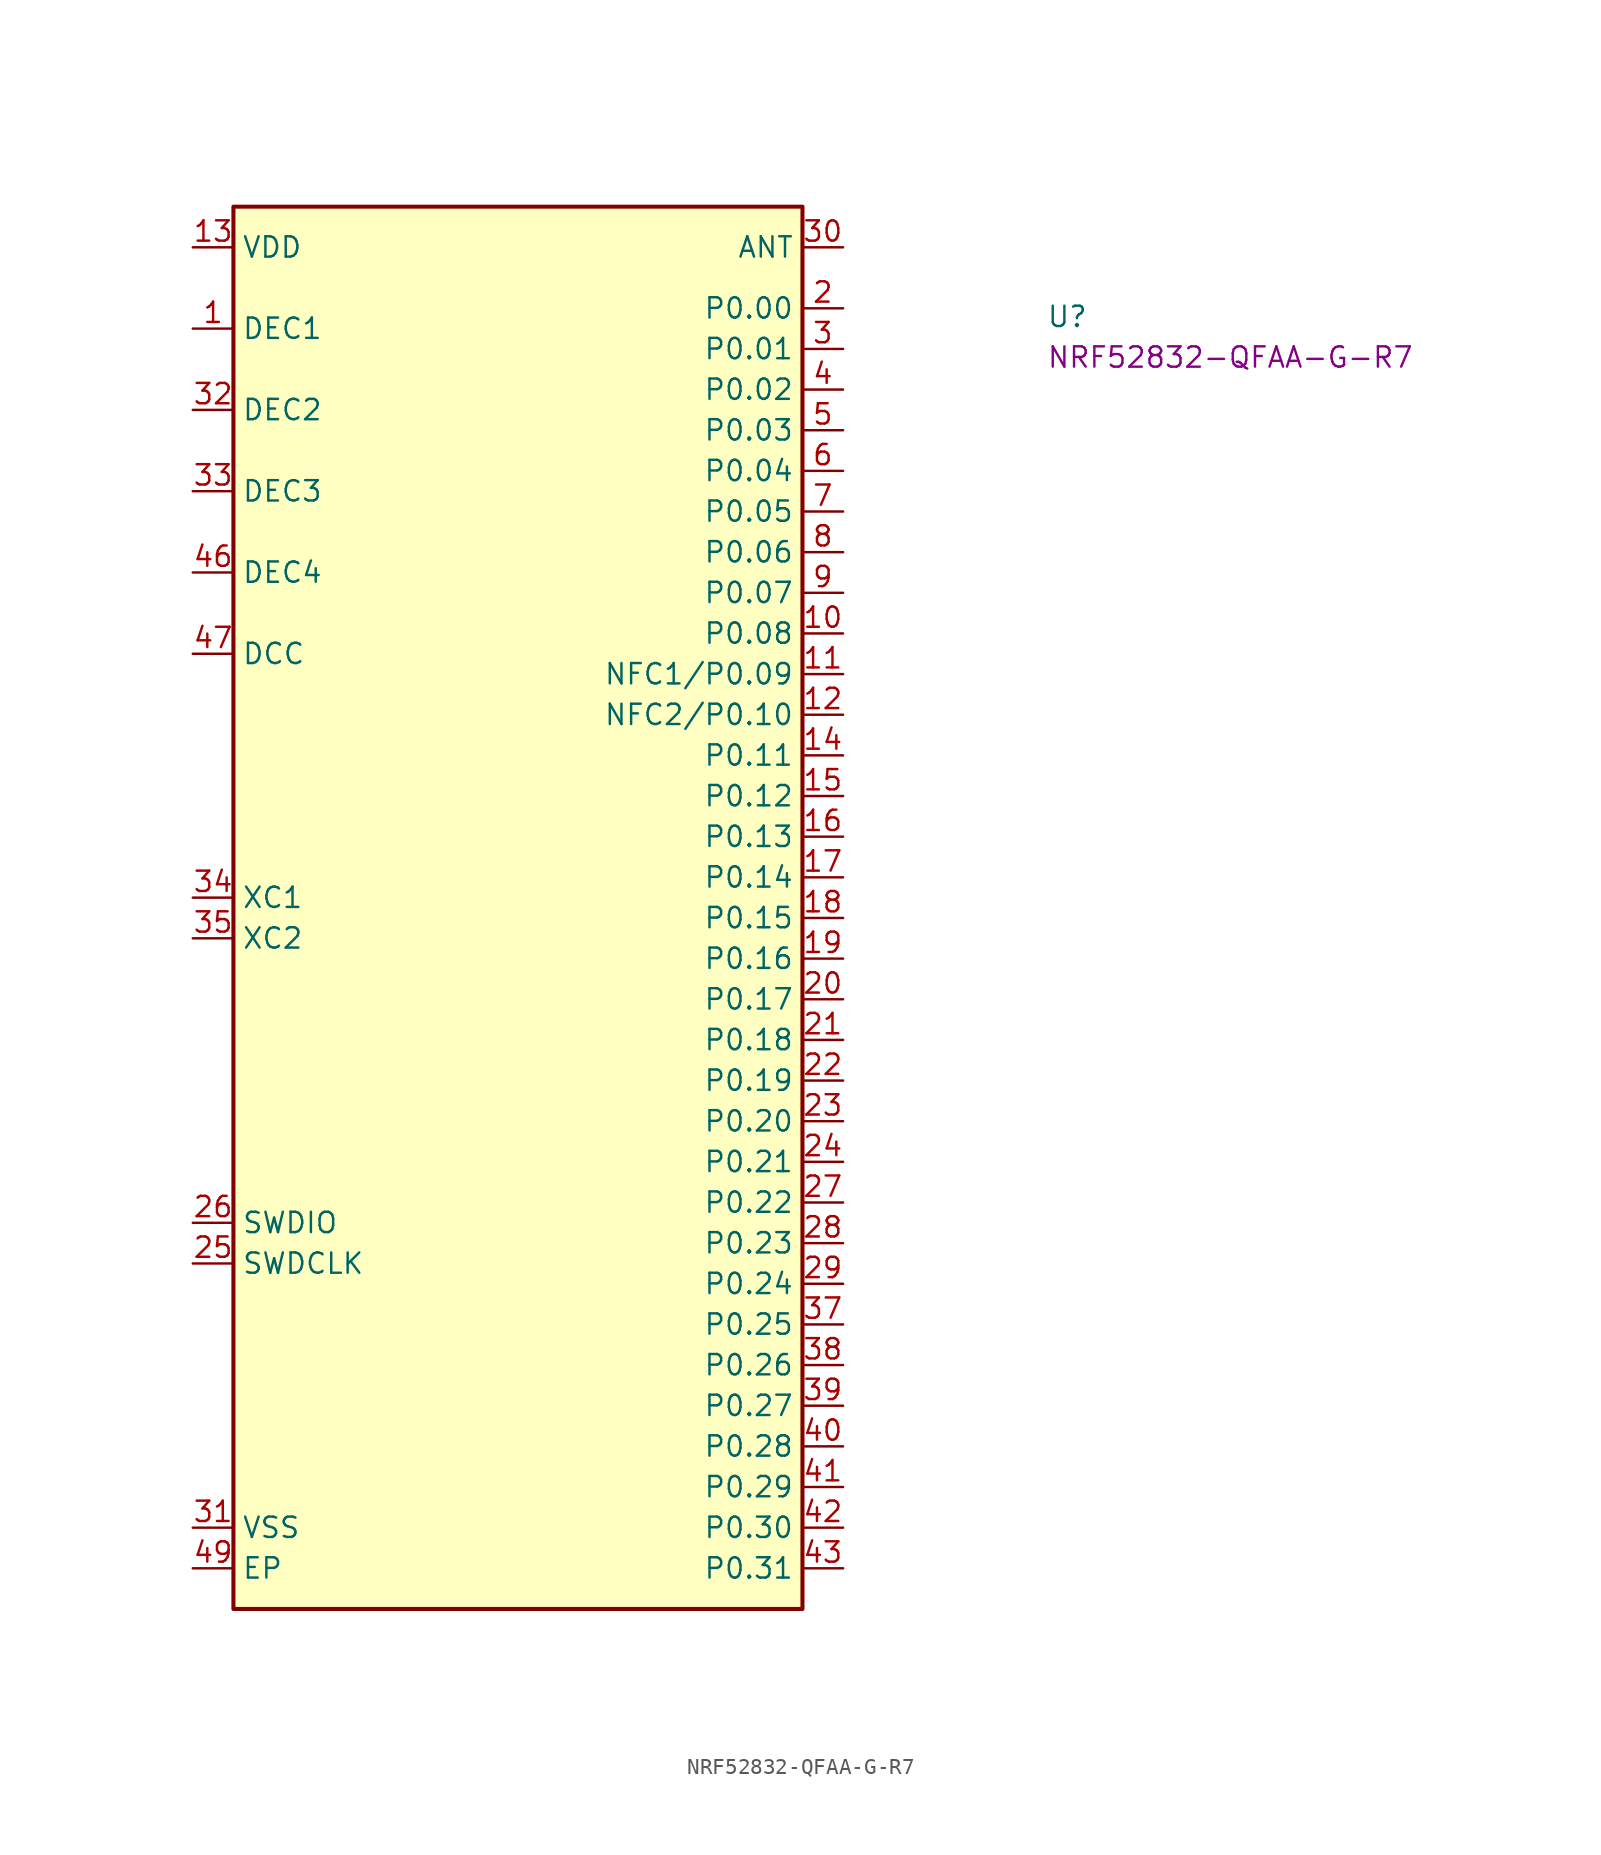
<source format=kicad_sym>
(kicad_symbol_lib
  (version 20231120)
  (generator "kicad_symbol_editor")
  (generator_version "8.0")
  (symbol "NRF52832-QFAA-G-R7"
    (property "Reference" "U"
      (at 53.34 -5.08 0)
      (effects (font (size 1.27 1.27) (thickness 0.15)) (justify left bottom)))
    (property "MPN" "NRF52832-QFAA-G-R7"
      (at 53.34 -7.62 0)
      (effects (font (size 1.27 1.27) (thickness 0.15)) (justify left bottom)))
    (symbol "NRF52832-QFAA-G-R7_1_1"
      (rectangle (start 2.54 2.54) (end 38.1 -85.09) (stroke (width 0.254) (type default)) (fill (type background)))
      (pin passive line (at 0 -5.08 0) (length 2.54) (name "DEC1" (effects (font (size 1.27 1.27)))) (number "1" (effects (font (size 1.27 1.27)))))
      (pin passive line (at 40.64 -24.13 180) (length 2.54) (name "P0.08" (effects (font (size 1.27 1.27)))) (number "10" (effects (font (size 1.27 1.27)))))
      (pin passive line (at 40.64 -26.67 180) (length 2.54) (name "NFC1/P0.09" (effects (font (size 1.27 1.27)))) (number "11" (effects (font (size 1.27 1.27)))) (alternate "P0.09" passive line))
      (pin passive line (at 40.64 -29.21 180) (length 2.54) (name "NFC2/P0.10" (effects (font (size 1.27 1.27)))) (number "12" (effects (font (size 1.27 1.27)))) (alternate "P0.10" passive line))
      (pin power_in line (at 0 0 0) (length 2.54) (name "VDD" (effects (font (size 1.27 1.27)))) (number "13" (effects (font (size 1.27 1.27)))))
      (pin passive line (at 40.64 -31.75 180) (length 2.54) (name "P0.11" (effects (font (size 1.27 1.27)))) (number "14" (effects (font (size 1.27 1.27)))))
      (pin passive line (at 40.64 -34.29 180) (length 2.54) (name "P0.12" (effects (font (size 1.27 1.27)))) (number "15" (effects (font (size 1.27 1.27)))))
      (pin passive line (at 40.64 -36.83 180) (length 2.54) (name "P0.13" (effects (font (size 1.27 1.27)))) (number "16" (effects (font (size 1.27 1.27)))))
      (pin passive line (at 40.64 -39.37 180) (length 2.54) (name "P0.14" (effects (font (size 1.27 1.27)))) (number "17" (effects (font (size 1.27 1.27)))) (alternate "TRACEDATA[3]" passive line))
      (pin passive line (at 40.64 -41.91 180) (length 2.54) (name "P0.15" (effects (font (size 1.27 1.27)))) (number "18" (effects (font (size 1.27 1.27)))) (alternate "TRACEDATA[2]" passive line))
      (pin passive line (at 40.64 -44.45 180) (length 2.54) (name "P0.16" (effects (font (size 1.27 1.27)))) (number "19" (effects (font (size 1.27 1.27)))) (alternate "TRACEDATA[1]" passive line))
      (pin passive line (at 40.64 -3.81 180) (length 2.54) (name "P0.00" (effects (font (size 1.27 1.27)))) (number "2" (effects (font (size 1.27 1.27)))) (alternate "XL1" passive line))
      (pin passive line (at 40.64 -46.99 180) (length 2.54) (name "P0.17" (effects (font (size 1.27 1.27)))) (number "20" (effects (font (size 1.27 1.27)))))
      (pin passive line (at 40.64 -49.53 180) (length 2.54) (name "P0.18" (effects (font (size 1.27 1.27)))) (number "21" (effects (font (size 1.27 1.27)))) (alternate "SWO" passive line) (alternate "TRACEDATA[0]" passive line))
      (pin passive line (at 40.64 -52.07 180) (length 2.54) (name "P0.19" (effects (font (size 1.27 1.27)))) (number "22" (effects (font (size 1.27 1.27)))))
      (pin passive line (at 40.64 -54.61 180) (length 2.54) (name "P0.20" (effects (font (size 1.27 1.27)))) (number "23" (effects (font (size 1.27 1.27)))) (alternate "TRACECLK" passive line))
      (pin passive line (at 40.64 -57.15 180) (length 2.54) (name "P0.21" (effects (font (size 1.27 1.27)))) (number "24" (effects (font (size 1.27 1.27)))) (alternate "NRESET" passive line))
      (pin passive line (at 0 -63.5 0) (length 2.54) (name "SWDCLK" (effects (font (size 1.27 1.27)))) (number "25" (effects (font (size 1.27 1.27)))))
      (pin passive line (at 0 -60.96 0) (length 2.54) (name "SWDIO" (effects (font (size 1.27 1.27)))) (number "26" (effects (font (size 1.27 1.27)))))
      (pin passive line (at 40.64 -59.69 180) (length 2.54) (name "P0.22" (effects (font (size 1.27 1.27)))) (number "27" (effects (font (size 1.27 1.27)))))
      (pin passive line (at 40.64 -62.23 180) (length 2.54) (name "P0.23" (effects (font (size 1.27 1.27)))) (number "28" (effects (font (size 1.27 1.27)))))
      (pin passive line (at 40.64 -64.77 180) (length 2.54) (name "P0.24" (effects (font (size 1.27 1.27)))) (number "29" (effects (font (size 1.27 1.27)))))
      (pin passive line (at 40.64 -6.35 180) (length 2.54) (name "P0.01" (effects (font (size 1.27 1.27)))) (number "3" (effects (font (size 1.27 1.27)))) (alternate "XL2" passive line))
      (pin passive line (at 40.64 0 180) (length 2.54) (name "ANT" (effects (font (size 1.27 1.27)))) (number "30" (effects (font (size 1.27 1.27)))))
      (pin power_in line (at 0 -80.01 0) (length 2.54) (name "VSS" (effects (font (size 1.27 1.27)))) (number "31" (effects (font (size 1.27 1.27)))))
      (pin passive line (at 0 -10.16 0) (length 2.54) (name "DEC2" (effects (font (size 1.27 1.27)))) (number "32" (effects (font (size 1.27 1.27)))))
      (pin passive line (at 0 -15.24 0) (length 2.54) (name "DEC3" (effects (font (size 1.27 1.27)))) (number "33" (effects (font (size 1.27 1.27)))))
      (pin passive line (at 0 -40.64 0) (length 2.54) (name "XC1" (effects (font (size 1.27 1.27)))) (number "34" (effects (font (size 1.27 1.27)))))
      (pin passive line (at 0 -43.18 0) (length 2.54) (name "XC2" (effects (font (size 1.27 1.27)))) (number "35" (effects (font (size 1.27 1.27)))))
      (pin passive line (at 0 0 0) (length 2.54) hide (name "VDD" (effects (font (size 1.27 1.27)))) (number "36" (effects (font (size 1.27 1.27)))))
      (pin passive line (at 40.64 -67.31 180) (length 2.54) (name "P0.25" (effects (font (size 1.27 1.27)))) (number "37" (effects (font (size 1.27 1.27)))))
      (pin passive line (at 40.64 -69.85 180) (length 2.54) (name "P0.26" (effects (font (size 1.27 1.27)))) (number "38" (effects (font (size 1.27 1.27)))))
      (pin passive line (at 40.64 -72.39 180) (length 2.54) (name "P0.27" (effects (font (size 1.27 1.27)))) (number "39" (effects (font (size 1.27 1.27)))))
      (pin passive line (at 40.64 -8.89 180) (length 2.54) (name "P0.02" (effects (font (size 1.27 1.27)))) (number "4" (effects (font (size 1.27 1.27)))) (alternate "AIN0" passive line))
      (pin passive line (at 40.64 -74.93 180) (length 2.54) (name "P0.28" (effects (font (size 1.27 1.27)))) (number "40" (effects (font (size 1.27 1.27)))) (alternate "AIN4" passive line))
      (pin passive line (at 40.64 -77.47 180) (length 2.54) (name "P0.29" (effects (font (size 1.27 1.27)))) (number "41" (effects (font (size 1.27 1.27)))) (alternate "AIN5" passive line))
      (pin passive line (at 40.64 -80.01 180) (length 2.54) (name "P0.30" (effects (font (size 1.27 1.27)))) (number "42" (effects (font (size 1.27 1.27)))) (alternate "AIN6" passive line))
      (pin passive line (at 40.64 -82.55 180) (length 2.54) (name "P0.31" (effects (font (size 1.27 1.27)))) (number "43" (effects (font (size 1.27 1.27)))) (alternate "AIN7" passive line))
      (pin no_connect line (at 2.54 -71.12 0) (length 2.54) hide (name "NC" (effects (font (size 1.27 1.27)))) (number "44" (effects (font (size 1.27 1.27)))))
      (pin passive line (at 0 -80.01 0) (length 2.54) hide (name "VSS" (effects (font (size 1.27 1.27)))) (number "45" (effects (font (size 1.27 1.27)))))
      (pin passive line (at 0 -20.32 0) (length 2.54) (name "DEC4" (effects (font (size 1.27 1.27)))) (number "46" (effects (font (size 1.27 1.27)))))
      (pin power_out line (at 0 -25.4 0) (length 2.54) (name "DCC" (effects (font (size 1.27 1.27)))) (number "47" (effects (font (size 1.27 1.27)))))
      (pin passive line (at 0 0 0) (length 2.54) hide (name "VDD" (effects (font (size 1.27 1.27)))) (number "48" (effects (font (size 1.27 1.27)))))
      (pin passive line (at 0 -82.55 0) (length 2.54) (name "EP" (effects (font (size 1.27 1.27)))) (number "49" (effects (font (size 1.27 1.27)))))
      (pin passive line (at 40.64 -11.43 180) (length 2.54) (name "P0.03" (effects (font (size 1.27 1.27)))) (number "5" (effects (font (size 1.27 1.27)))) (alternate "AIN1" passive line))
      (pin passive line (at 40.64 -13.97 180) (length 2.54) (name "P0.04" (effects (font (size 1.27 1.27)))) (number "6" (effects (font (size 1.27 1.27)))) (alternate "AIN2" passive line))
      (pin passive line (at 40.64 -16.51 180) (length 2.54) (name "P0.05" (effects (font (size 1.27 1.27)))) (number "7" (effects (font (size 1.27 1.27)))) (alternate "AIN3" passive line))
      (pin passive line (at 40.64 -19.05 180) (length 2.54) (name "P0.06" (effects (font (size 1.27 1.27)))) (number "8" (effects (font (size 1.27 1.27)))))
      (pin passive line (at 40.64 -21.59 180) (length 2.54) (name "P0.07" (effects (font (size 1.27 1.27)))) (number "9" (effects (font (size 1.27 1.27))))))))
</source>
